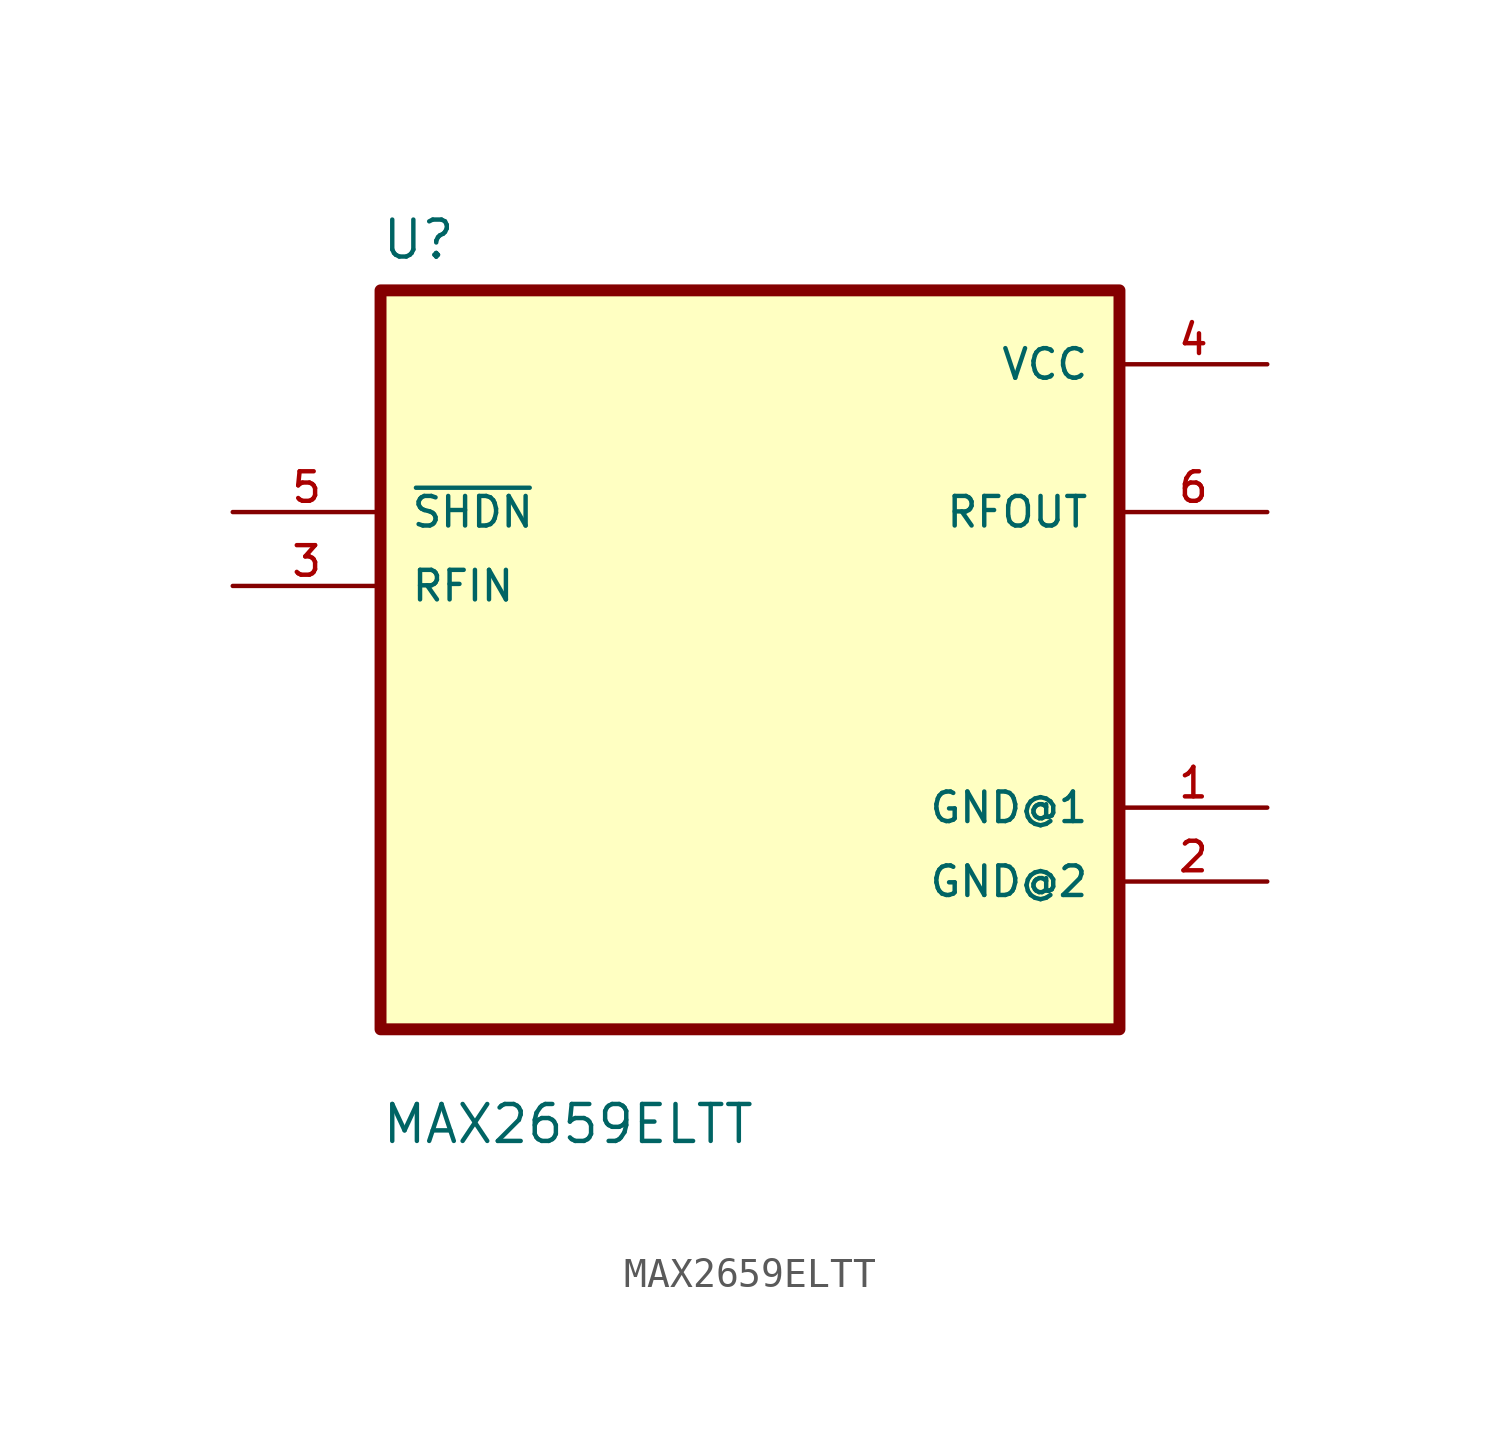
<source format=kicad_sym>
(kicad_symbol_lib
  (version 20211014)
  (generator kicad_symbol_editor)
  (symbol "MAX2659ELTT"
    (pin_names
      (offset 1.016))
    (property "Reference" "U"
      (at -12.7 13.7 0.0)
      (effects (font (size 1.27 1.27)) (justify bottom left)))
    (property "Value" "MAX2659ELTT"
      (at -12.7 -16.7 0.0)
      (effects (font (size 1.27 1.27)) (justify bottom left)))
    (symbol "MAX2659ELTT_0_0"
      (rectangle (start -12.7 -12.7) (end 12.7 12.7) (stroke (width 0.41)) (fill (type background)))
      (pin input line (at -17.78 5.08 0) (length 5.08) (name "~{SHDN}" (effects (font (size 1.016 1.016)))) (number "5" (effects (font (size 1.016 1.016)))))
      (pin input line (at -17.78 2.54 0) (length 5.08) (name "RFIN" (effects (font (size 1.016 1.016)))) (number "3" (effects (font (size 1.016 1.016)))))
      (pin power_in line (at 17.78 10.16 180.0) (length 5.08) (name "VCC" (effects (font (size 1.016 1.016)))) (number "4" (effects (font (size 1.016 1.016)))))
      (pin output line (at 17.78 5.08 180.0) (length 5.08) (name "RFOUT" (effects (font (size 1.016 1.016)))) (number "6" (effects (font (size 1.016 1.016)))))
      (pin power_in line (at 17.78 -5.08 180.0) (length 5.08) (name "GND@1" (effects (font (size 1.016 1.016)))) (number "1" (effects (font (size 1.016 1.016)))))
      (pin power_in line (at 17.78 -7.62 180.0) (length 5.08) (name "GND@2" (effects (font (size 1.016 1.016)))) (number "2" (effects (font (size 1.016 1.016))))))))
</source>
